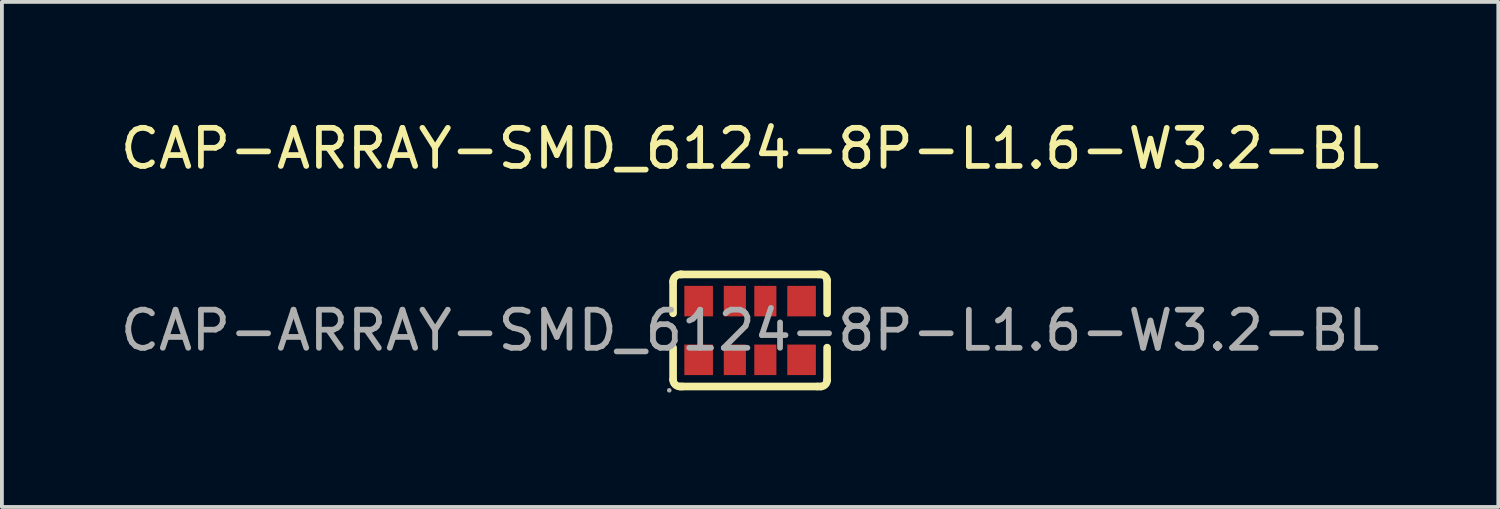
<source format=kicad_pcb>
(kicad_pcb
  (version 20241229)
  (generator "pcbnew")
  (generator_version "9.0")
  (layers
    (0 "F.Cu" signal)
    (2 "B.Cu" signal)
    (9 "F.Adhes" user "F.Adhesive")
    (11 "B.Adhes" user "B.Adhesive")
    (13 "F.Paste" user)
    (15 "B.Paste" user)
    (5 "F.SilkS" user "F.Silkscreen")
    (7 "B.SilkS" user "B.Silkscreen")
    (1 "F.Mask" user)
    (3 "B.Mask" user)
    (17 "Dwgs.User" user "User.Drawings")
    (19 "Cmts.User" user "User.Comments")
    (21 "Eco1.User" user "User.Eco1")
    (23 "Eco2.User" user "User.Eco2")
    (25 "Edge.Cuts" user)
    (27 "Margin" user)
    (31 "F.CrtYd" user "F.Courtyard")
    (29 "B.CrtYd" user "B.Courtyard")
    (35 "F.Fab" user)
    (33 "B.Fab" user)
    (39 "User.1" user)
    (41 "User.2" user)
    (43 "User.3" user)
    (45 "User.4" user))
  (footprint "CAP-ARRAY-SMD_6124-8P-L1.6-W3.2-BL"
    (layer "F.Cu")
    (at 16.625 5.618)
    (property "Reference" "CAP-ARRAY-SMD_6124-8P-L1.6-W3.2-BL" (at 0 -4.77 0) (layer "F.SilkS") (effects (font (size 1 1) (thickness 0.15))))
    (attr through_hole)
    (fp_line (start -2.02 -0.45) (end -2.02 -1.28) (stroke (width 0.2) (type solid)) (layer "F.SilkS"))
    (fp_line (start -2.02 0.45) (end -2.02 1.29) (stroke (width 0.2) (type solid)) (layer "F.SilkS"))
    (fp_line (start -1.84 1.47) (end -1.78 1.47) (stroke (width 0.2) (type solid)) (layer "F.SilkS"))
    (fp_line (start -1.83 -1.47) (end -1.8 -1.47) (stroke (width 0.2) (type solid)) (layer "F.SilkS"))
    (fp_line (start -1.8 -1.47) (end 1.8 -1.47) (stroke (width 0.2) (type solid)) (layer "F.SilkS"))
    (fp_line (start -1.78 1.47) (end 1.77 1.47) (stroke (width 0.2) (type solid)) (layer "F.SilkS"))
    (fp_line (start 1.77 1.47) (end 1.86 1.47) (stroke (width 0.2) (type solid)) (layer "F.SilkS"))
    (fp_line (start 1.8 -1.47) (end 1.86 -1.47) (stroke (width 0.2) (type solid)) (layer "F.SilkS"))
    (fp_line (start 2.02 -1.31) (end 2.02 -0.45) (stroke (width 0.2) (type solid)) (layer "F.SilkS"))
    (fp_line (start 2.02 1.3) (end 2.02 0.45) (stroke (width 0.2) (type solid)) (layer "F.SilkS"))
    (fp_arc (start -2.02 -1.28) (mid -1.96435 -1.41435) (end -1.83 -1.47) (stroke (width 0.2) (type solid)) (layer "F.SilkS"))
    (fp_arc (start -1.84 1.47) (mid -1.967279 1.417279) (end -2.02 1.29) (stroke (width 0.2) (type solid)) (layer "F.SilkS"))
    (fp_arc (start 1.859487 -1.470029) (mid 1.970234 -1.420597) (end 2.02 -1.31) (stroke (width 0.2) (type solid)) (layer "F.SilkS"))
    (fp_arc (start 2.02 1.3) (mid 1.973589 1.416729) (end 1.859697 1.469723) (stroke (width 0.2) (type solid)) (layer "F.SilkS"))
    (fp_circle (center -2.12 1.57) (end -2.09 1.57) (stroke (width 0.06) (type solid)) (fill no) (layer "F.Fab"))
    (fp_text user "${REFERENCE}" (at 0 0 0) (layer "F.Fab") (effects (font (size 1 1) (thickness 0.15))))
    (pad "1" smd rect (at -1.35 0.77 90) (size 0.8 0.75) (layers "F.Cu" "F.Mask" "F.Paste"))
    (pad "2" smd rect (at -0.4 0.77 90) (size 0.8 0.58) (layers "F.Cu" "F.Mask" "F.Paste"))
    (pad "3" smd rect (at 0.4 0.77 90) (size 0.8 0.58) (layers "F.Cu" "F.Mask" "F.Paste"))
    (pad "4" smd rect (at 1.35 0.77 90) (size 0.8 0.75) (layers "F.Cu" "F.Mask" "F.Paste"))
    (pad "5" smd rect (at 1.35 -0.77 90) (size 0.8 0.75) (layers "F.Cu" "F.Mask" "F.Paste"))
    (pad "6" smd rect (at 0.4 -0.77 90) (size 0.8 0.58) (layers "F.Cu" "F.Mask" "F.Paste"))
    (pad "7" smd rect (at -0.4 -0.77 90) (size 0.8 0.58) (layers "F.Cu" "F.Mask" "F.Paste"))
    (pad "8" smd rect (at -1.35 -0.77 90) (size 0.8 0.75) (layers "F.Cu" "F.Mask" "F.Paste")))
  (gr_rect
    (start -3 -3)
    (end 36.25 10.248)
    (stroke (width 0.1) (type default))
    (fill no)
    (layer "Edge.Cuts")))
</source>
